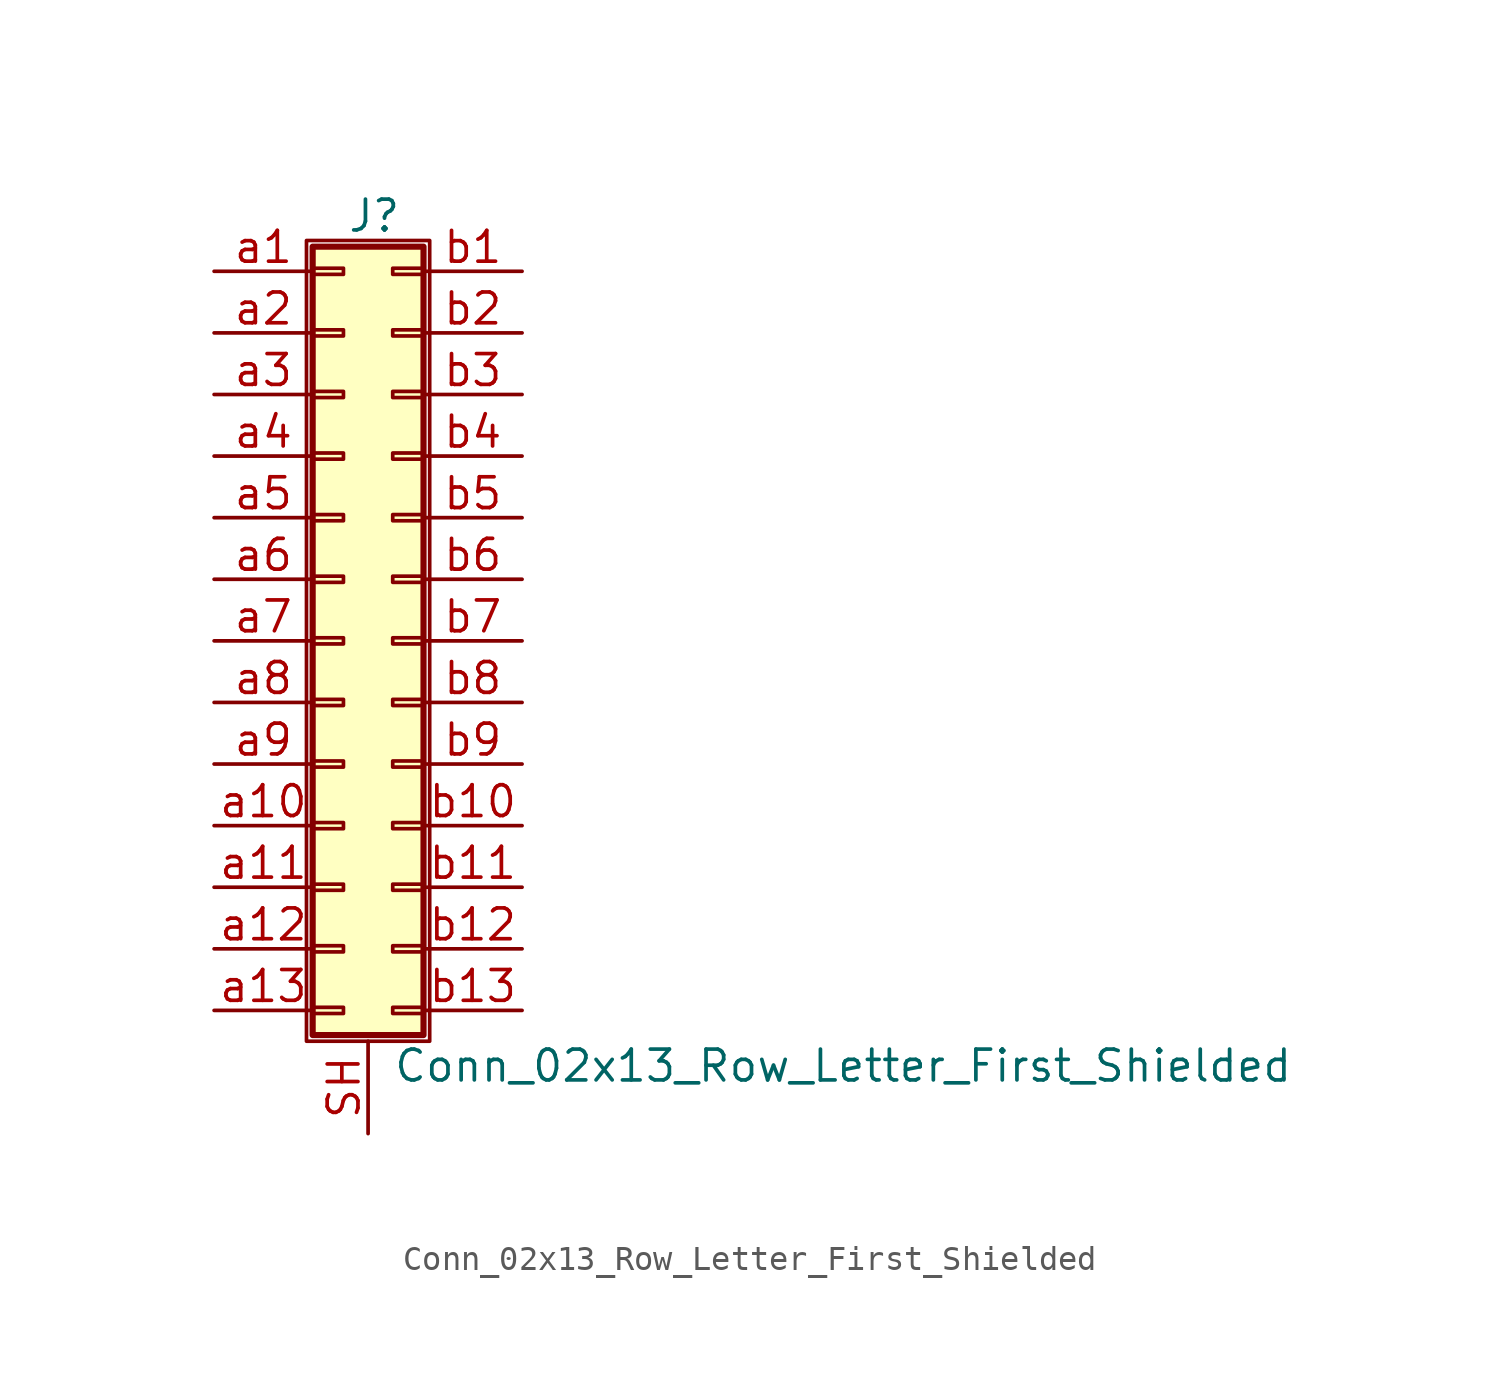
<source format=kicad_sym>
(kicad_symbol_lib
  (version 20201005)
  (generator kicad_symbol_editor)
  (symbol "Connector_Generic_Shielded:Conn_02x13_Row_Letter_First_Shielded"
    (pin_names
      (offset 1.016) hide)
    (property "Reference" "J"
      (at 1.524 17.526 0)
      (effects (font (size 1.27 1.27))))
    (property "Value" "Conn_02x13_Row_Letter_First_Shielded"
      (at 2.286 -17.526 0)
      (effects (font (size 1.27 1.27)) (justify left)))
    (symbol "Conn_02x13_Row_Letter_First_Shielded_1_1"
      (rectangle (start -1.016 -4.953) (end 0.254 -5.207) (stroke (width 0.152)) (fill (type none)))
      (rectangle (start -1.016 -7.493) (end 0.254 -7.747) (stroke (width 0.152)) (fill (type none)))
      (rectangle (start -1.016 -10.033) (end 0.254 -10.287) (stroke (width 0.152)) (fill (type none)))
      (rectangle (start -1.016 -12.573) (end 0.254 -12.827) (stroke (width 0.152)) (fill (type none)))
      (rectangle (start -1.016 -15.113) (end 0.254 -15.367) (stroke (width 0.152)) (fill (type none)))
      (rectangle (start -1.016 -2.413) (end 0.254 -2.667) (stroke (width 0.152)) (fill (type none)))
      (rectangle (start -1.016 2.667) (end 0.254 2.413) (stroke (width 0.152)) (fill (type none)))
      (rectangle (start -1.016 5.207) (end 0.254 4.953) (stroke (width 0.152)) (fill (type none)))
      (rectangle (start -1.016 7.747) (end 0.254 7.493) (stroke (width 0.152)) (fill (type none)))
      (rectangle (start -1.016 10.287) (end 0.254 10.033) (stroke (width 0.152)) (fill (type none)))
      (rectangle (start -1.016 0.127) (end 0.254 -0.127) (stroke (width 0.152)) (fill (type none)))
      (rectangle (start -1.016 12.827) (end 0.254 12.573) (stroke (width 0.152)) (fill (type none)))
      (rectangle (start -1.016 15.367) (end 0.254 15.113) (stroke (width 0.152)) (fill (type none)))
      (rectangle (start -1.016 16.256) (end 3.556 -16.256) (stroke (width 0.254)) (fill (type background)))
      (rectangle (start -1.27 16.51) (end 3.81 -16.51) (stroke (width 0.152)) (fill (type none)))
      (rectangle (start 3.556 -4.953) (end 2.286 -5.207) (stroke (width 0.152)) (fill (type none)))
      (rectangle (start 3.556 -7.493) (end 2.286 -7.747) (stroke (width 0.152)) (fill (type none)))
      (rectangle (start 3.556 -10.033) (end 2.286 -10.287) (stroke (width 0.152)) (fill (type none)))
      (rectangle (start 3.556 -12.573) (end 2.286 -12.827) (stroke (width 0.152)) (fill (type none)))
      (rectangle (start 3.556 -15.113) (end 2.286 -15.367) (stroke (width 0.152)) (fill (type none)))
      (rectangle (start 3.556 -2.413) (end 2.286 -2.667) (stroke (width 0.152)) (fill (type none)))
      (rectangle (start 3.556 2.667) (end 2.286 2.413) (stroke (width 0.152)) (fill (type none)))
      (rectangle (start 3.556 5.207) (end 2.286 4.953) (stroke (width 0.152)) (fill (type none)))
      (rectangle (start 3.556 7.747) (end 2.286 7.493) (stroke (width 0.152)) (fill (type none)))
      (rectangle (start 3.556 10.287) (end 2.286 10.033) (stroke (width 0.152)) (fill (type none)))
      (rectangle (start 3.556 0.127) (end 2.286 -0.127) (stroke (width 0.152)) (fill (type none)))
      (rectangle (start 3.556 12.827) (end 2.286 12.573) (stroke (width 0.152)) (fill (type none)))
      (rectangle (start 3.556 15.367) (end 2.286 15.113) (stroke (width 0.152)) (fill (type none)))
      (pin passive line (at -5.08 15.24 0) (length 4.064) (name "Pin_a1" (effects (font (size 1.27 1.27)))) (number "a1" (effects (font (size 1.27 1.27)))))
      (pin passive line (at -5.08 -7.62 0) (length 4.064) (name "Pin_a10" (effects (font (size 1.27 1.27)))) (number "a10" (effects (font (size 1.27 1.27)))))
      (pin passive line (at -5.08 -10.16 0) (length 4.064) (name "Pin_a11" (effects (font (size 1.27 1.27)))) (number "a11" (effects (font (size 1.27 1.27)))))
      (pin passive line (at -5.08 -12.7 0) (length 4.064) (name "Pin_a12" (effects (font (size 1.27 1.27)))) (number "a12" (effects (font (size 1.27 1.27)))))
      (pin passive line (at -5.08 -15.24 0) (length 4.064) (name "Pin_a13" (effects (font (size 1.27 1.27)))) (number "a13" (effects (font (size 1.27 1.27)))))
      (pin passive line (at -5.08 12.7 0) (length 4.064) (name "Pin_a2" (effects (font (size 1.27 1.27)))) (number "a2" (effects (font (size 1.27 1.27)))))
      (pin passive line (at -5.08 10.16 0) (length 4.064) (name "Pin_a3" (effects (font (size 1.27 1.27)))) (number "a3" (effects (font (size 1.27 1.27)))))
      (pin passive line (at -5.08 7.62 0) (length 4.064) (name "Pin_a4" (effects (font (size 1.27 1.27)))) (number "a4" (effects (font (size 1.27 1.27)))))
      (pin passive line (at -5.08 5.08 0) (length 4.064) (name "Pin_a5" (effects (font (size 1.27 1.27)))) (number "a5" (effects (font (size 1.27 1.27)))))
      (pin passive line (at -5.08 2.54 0) (length 4.064) (name "Pin_a6" (effects (font (size 1.27 1.27)))) (number "a6" (effects (font (size 1.27 1.27)))))
      (pin passive line (at -5.08 0 0) (length 4.064) (name "Pin_a7" (effects (font (size 1.27 1.27)))) (number "a7" (effects (font (size 1.27 1.27)))))
      (pin passive line (at -5.08 -2.54 0) (length 4.064) (name "Pin_a8" (effects (font (size 1.27 1.27)))) (number "a8" (effects (font (size 1.27 1.27)))))
      (pin passive line (at -5.08 -5.08 0) (length 4.064) (name "Pin_a9" (effects (font (size 1.27 1.27)))) (number "a9" (effects (font (size 1.27 1.27)))))
      (pin passive line (at 7.62 15.24 180) (length 4.064) (name "Pin_b1" (effects (font (size 1.27 1.27)))) (number "b1" (effects (font (size 1.27 1.27)))))
      (pin passive line (at 7.62 -7.62 180) (length 4.064) (name "Pin_b10" (effects (font (size 1.27 1.27)))) (number "b10" (effects (font (size 1.27 1.27)))))
      (pin passive line (at 7.62 -10.16 180) (length 4.064) (name "Pin_b11" (effects (font (size 1.27 1.27)))) (number "b11" (effects (font (size 1.27 1.27)))))
      (pin passive line (at 7.62 -12.7 180) (length 4.064) (name "Pin_b12" (effects (font (size 1.27 1.27)))) (number "b12" (effects (font (size 1.27 1.27)))))
      (pin passive line (at 7.62 -15.24 180) (length 4.064) (name "Pin_b13" (effects (font (size 1.27 1.27)))) (number "b13" (effects (font (size 1.27 1.27)))))
      (pin passive line (at 7.62 12.7 180) (length 4.064) (name "Pin_b2" (effects (font (size 1.27 1.27)))) (number "b2" (effects (font (size 1.27 1.27)))))
      (pin passive line (at 7.62 10.16 180) (length 4.064) (name "Pin_b3" (effects (font (size 1.27 1.27)))) (number "b3" (effects (font (size 1.27 1.27)))))
      (pin passive line (at 7.62 7.62 180) (length 4.064) (name "Pin_b4" (effects (font (size 1.27 1.27)))) (number "b4" (effects (font (size 1.27 1.27)))))
      (pin passive line (at 7.62 5.08 180) (length 4.064) (name "Pin_b5" (effects (font (size 1.27 1.27)))) (number "b5" (effects (font (size 1.27 1.27)))))
      (pin passive line (at 7.62 2.54 180) (length 4.064) (name "Pin_b6" (effects (font (size 1.27 1.27)))) (number "b6" (effects (font (size 1.27 1.27)))))
      (pin passive line (at 7.62 0 180) (length 4.064) (name "Pin_b7" (effects (font (size 1.27 1.27)))) (number "b7" (effects (font (size 1.27 1.27)))))
      (pin passive line (at 7.62 -2.54 180) (length 4.064) (name "Pin_b8" (effects (font (size 1.27 1.27)))) (number "b8" (effects (font (size 1.27 1.27)))))
      (pin passive line (at 7.62 -5.08 180) (length 4.064) (name "Pin_b9" (effects (font (size 1.27 1.27)))) (number "b9" (effects (font (size 1.27 1.27)))))
      (pin passive line (at 1.27 -20.32 90) (length 3.81) (name "Shield" (effects (font (size 1.27 1.27)))) (number "SH" (effects (font (size 1.27 1.27))))))))
</source>
